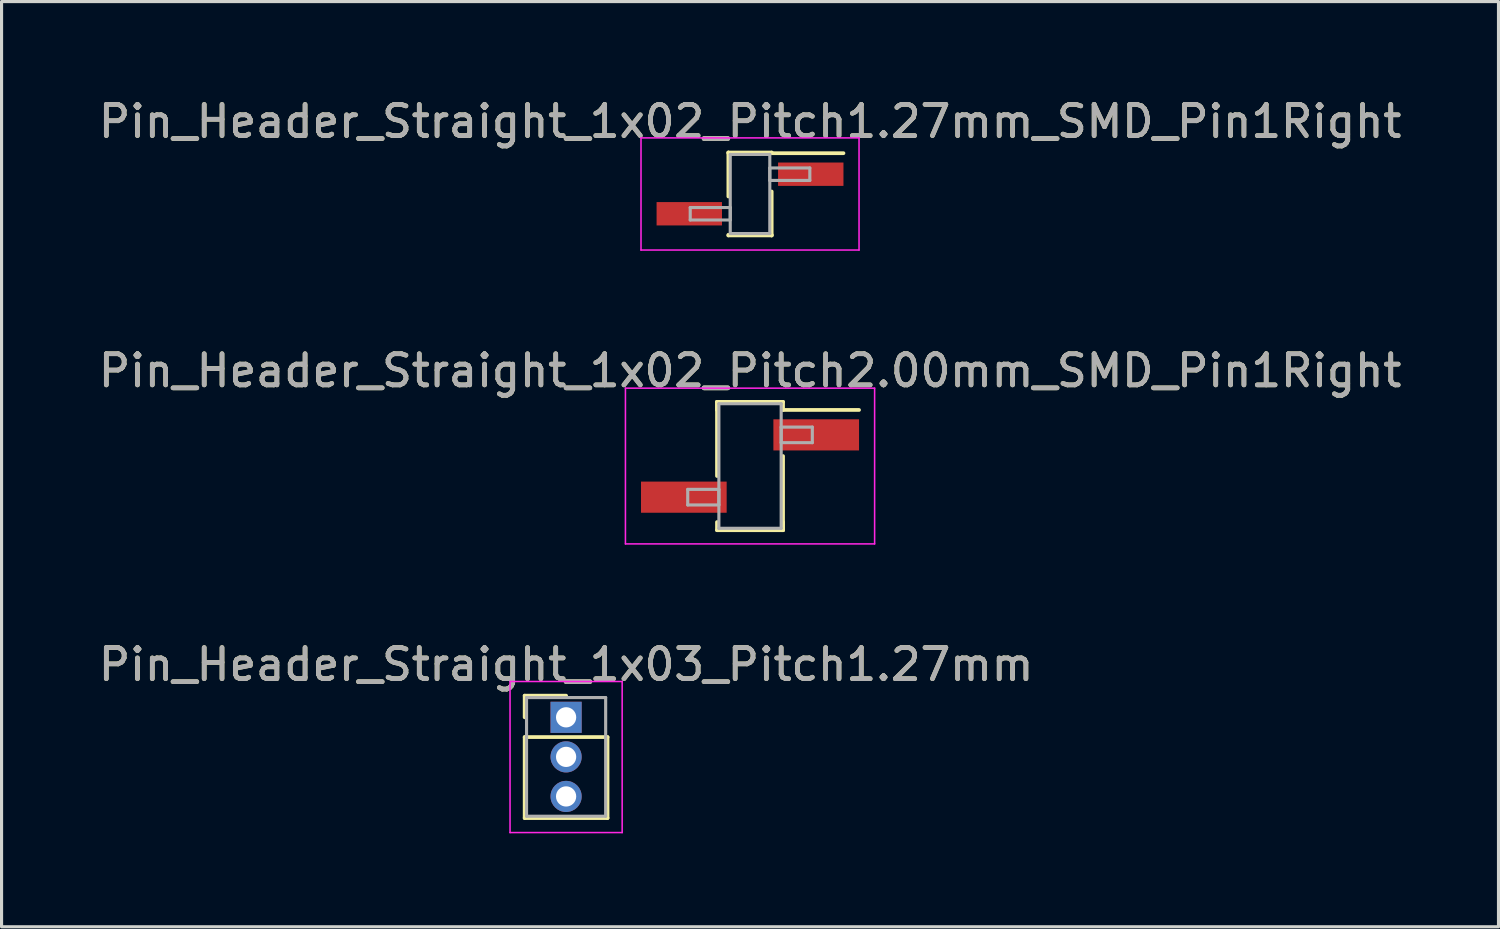
<source format=kicad_pcb>
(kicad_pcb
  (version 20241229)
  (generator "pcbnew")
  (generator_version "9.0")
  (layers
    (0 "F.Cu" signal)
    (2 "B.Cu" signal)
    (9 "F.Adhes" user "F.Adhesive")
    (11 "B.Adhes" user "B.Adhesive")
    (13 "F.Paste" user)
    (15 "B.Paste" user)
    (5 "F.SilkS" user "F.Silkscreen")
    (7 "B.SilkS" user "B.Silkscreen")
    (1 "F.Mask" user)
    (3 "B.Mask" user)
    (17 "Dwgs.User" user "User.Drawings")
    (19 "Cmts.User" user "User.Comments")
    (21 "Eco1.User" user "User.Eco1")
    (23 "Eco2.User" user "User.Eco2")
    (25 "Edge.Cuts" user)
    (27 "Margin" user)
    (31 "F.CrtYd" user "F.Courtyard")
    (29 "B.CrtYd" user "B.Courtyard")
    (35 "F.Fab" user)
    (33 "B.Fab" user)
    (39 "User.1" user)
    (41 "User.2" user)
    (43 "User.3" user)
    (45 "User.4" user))
  (footprint "Pin_Header_Straight_1x02_Pitch1.27mm_SMD_Pin1Right"
    (layer "F.Cu")
    (at 21.03 3.178)
    (property "Reference" "Pin_Header_Straight_1x02_Pitch1.27mm_SMD_Pin1Right" (at 0 -2.33 0) (layer "F.SilkS") (effects (font (size 1 1) (thickness 0.15))))
    (attr smd)
    (fp_line (start -0.695 -1.33) (end -0.695 0.08) (stroke (width 0.12) (type solid)) (layer "F.SilkS"))
    (fp_line (start -0.695 -1.33) (end 0.695 -1.33) (stroke (width 0.12) (type solid)) (layer "F.SilkS"))
    (fp_line (start -0.695 -1.31) (end -0.695 -1.33) (stroke (width 0.12) (type solid)) (layer "F.SilkS"))
    (fp_line (start -0.695 1.31) (end -0.695 1.33) (stroke (width 0.12) (type solid)) (layer "F.SilkS"))
    (fp_line (start -0.695 1.33) (end 0.695 1.33) (stroke (width 0.12) (type solid)) (layer "F.SilkS"))
    (fp_line (start 0.695 -1.33) (end 0.695 -1.31) (stroke (width 0.12) (type solid)) (layer "F.SilkS"))
    (fp_line (start 0.695 -1.31) (end 3 -1.31) (stroke (width 0.12) (type solid)) (layer "F.SilkS"))
    (fp_line (start 0.695 -0.08) (end 0.695 1.33) (stroke (width 0.12) (type solid)) (layer "F.SilkS"))
    (fp_line (start 0.695 1.33) (end 0.695 1.31) (stroke (width 0.12) (type solid)) (layer "F.SilkS"))
    (fp_line (start -3.5 -1.8) (end -3.5 1.8) (stroke (width 0.05) (type solid)) (layer "F.CrtYd"))
    (fp_line (start -3.5 1.8) (end 3.5 1.8) (stroke (width 0.05) (type solid)) (layer "F.CrtYd"))
    (fp_line (start 3.5 -1.8) (end -3.5 -1.8) (stroke (width 0.05) (type solid)) (layer "F.CrtYd"))
    (fp_line (start 3.5 1.8) (end 3.5 -1.8) (stroke (width 0.05) (type solid)) (layer "F.CrtYd"))
    (fp_line (start -1.92 0.435) (end -0.635 0.435) (stroke (width 0.1) (type solid)) (layer "F.Fab"))
    (fp_line (start -1.92 0.835) (end -1.92 0.435) (stroke (width 0.1) (type solid)) (layer "F.Fab"))
    (fp_line (start -0.635 -1.27) (end -0.635 1.27) (stroke (width 0.1) (type solid)) (layer "F.Fab"))
    (fp_line (start -0.635 0.435) (end -0.635 0.835) (stroke (width 0.1) (type solid)) (layer "F.Fab"))
    (fp_line (start -0.635 0.835) (end -1.92 0.835) (stroke (width 0.1) (type solid)) (layer "F.Fab"))
    (fp_line (start -0.635 1.27) (end 0.635 1.27) (stroke (width 0.1) (type solid)) (layer "F.Fab"))
    (fp_line (start 0.635 -1.27) (end -0.635 -1.27) (stroke (width 0.1) (type solid)) (layer "F.Fab"))
    (fp_line (start 0.635 -0.835) (end 0.635 -0.435) (stroke (width 0.1) (type solid)) (layer "F.Fab"))
    (fp_line (start 0.635 -0.435) (end 1.92 -0.435) (stroke (width 0.1) (type solid)) (layer "F.Fab"))
    (fp_line (start 0.635 1.27) (end 0.635 -1.27) (stroke (width 0.1) (type solid)) (layer "F.Fab"))
    (fp_line (start 1.92 -0.835) (end 0.635 -0.835) (stroke (width 0.1) (type solid)) (layer "F.Fab"))
    (fp_line (start 1.92 -0.435) (end 1.92 -0.835) (stroke (width 0.1) (type solid)) (layer "F.Fab"))
    (fp_text user "${REFERENCE}" (at 0 -2.33 0) (layer "F.Fab") (effects (font (size 1 1) (thickness 0.15))))
    (pad "1" smd rect (at 1.95 -0.635) (size 2.1 0.75) (layers "F.Cu" "F.Mask" "F.Paste"))
    (pad "2" smd rect (at -1.95 0.635) (size 2.1 0.75) (layers "F.Cu" "F.Mask" "F.Paste")))
  (footprint "Pin_Header_Straight_1x02_Pitch2.00mm_SMD_Pin1Right"
    (layer "F.Cu")
    (at 21.03 11.912)
    (property "Reference" "Pin_Header_Straight_1x02_Pitch2.00mm_SMD_Pin1Right" (at 0 -3.06 0) (layer "F.SilkS") (effects (font (size 1 1) (thickness 0.15))))
    (attr smd)
    (fp_line (start -1.06 -2.06) (end -1.06 0.32) (stroke (width 0.12) (type solid)) (layer "F.SilkS"))
    (fp_line (start -1.06 -2.06) (end 1.06 -2.06) (stroke (width 0.12) (type solid)) (layer "F.SilkS"))
    (fp_line (start -1.06 -1.8) (end -1.06 -2.06) (stroke (width 0.12) (type solid)) (layer "F.SilkS"))
    (fp_line (start -1.06 1.8) (end -1.06 2.06) (stroke (width 0.12) (type solid)) (layer "F.SilkS"))
    (fp_line (start -1.06 2.06) (end 1.06 2.06) (stroke (width 0.12) (type solid)) (layer "F.SilkS"))
    (fp_line (start 1.06 -2.06) (end 1.06 -1.8) (stroke (width 0.12) (type solid)) (layer "F.SilkS"))
    (fp_line (start 1.06 -1.8) (end 3.5 -1.8) (stroke (width 0.12) (type solid)) (layer "F.SilkS"))
    (fp_line (start 1.06 -0.32) (end 1.06 2.06) (stroke (width 0.12) (type solid)) (layer "F.SilkS"))
    (fp_line (start 1.06 2.06) (end 1.06 1.8) (stroke (width 0.12) (type solid)) (layer "F.SilkS"))
    (fp_line (start -4 -2.5) (end -4 2.5) (stroke (width 0.05) (type solid)) (layer "F.CrtYd"))
    (fp_line (start -4 2.5) (end 4 2.5) (stroke (width 0.05) (type solid)) (layer "F.CrtYd"))
    (fp_line (start 4 -2.5) (end -4 -2.5) (stroke (width 0.05) (type solid)) (layer "F.CrtYd"))
    (fp_line (start 4 2.5) (end 4 -2.5) (stroke (width 0.05) (type solid)) (layer "F.CrtYd"))
    (fp_line (start -2 0.75) (end -1 0.75) (stroke (width 0.1) (type solid)) (layer "F.Fab"))
    (fp_line (start -2 1.25) (end -2 0.75) (stroke (width 0.1) (type solid)) (layer "F.Fab"))
    (fp_line (start -1 -2) (end -1 2) (stroke (width 0.1) (type solid)) (layer "F.Fab"))
    (fp_line (start -1 0.75) (end -1 1.25) (stroke (width 0.1) (type solid)) (layer "F.Fab"))
    (fp_line (start -1 1.25) (end -2 1.25) (stroke (width 0.1) (type solid)) (layer "F.Fab"))
    (fp_line (start -1 2) (end 1 2) (stroke (width 0.1) (type solid)) (layer "F.Fab"))
    (fp_line (start 1 -2) (end -1 -2) (stroke (width 0.1) (type solid)) (layer "F.Fab"))
    (fp_line (start 1 -1.25) (end 1 -0.75) (stroke (width 0.1) (type solid)) (layer "F.Fab"))
    (fp_line (start 1 -0.75) (end 2 -0.75) (stroke (width 0.1) (type solid)) (layer "F.Fab"))
    (fp_line (start 1 2) (end 1 -2) (stroke (width 0.1) (type solid)) (layer "F.Fab"))
    (fp_line (start 2 -1.25) (end 1 -1.25) (stroke (width 0.1) (type solid)) (layer "F.Fab"))
    (fp_line (start 2 -0.75) (end 2 -1.25) (stroke (width 0.1) (type solid)) (layer "F.Fab"))
    (fp_text user "${REFERENCE}" (at 0 -3.06 0) (layer "F.Fab") (effects (font (size 1 1) (thickness 0.15))))
    (pad "1" smd rect (at 2.125 -1) (size 2.75 1) (layers "F.Cu" "F.Mask" "F.Paste"))
    (pad "2" smd rect (at -2.125 1) (size 2.75 1) (layers "F.Cu" "F.Mask" "F.Paste")))
  (footprint "Pin_Header_Straight_1x03_Pitch1.27mm"
    (layer "F.Cu")
    (at 15.125 19.98)
    (property "Reference" "Pin_Header_Straight_1x03_Pitch1.27mm" (at 0 -1.695 0) (layer "F.SilkS") (effects (font (size 1 1) (thickness 0.15))))
    (attr through_hole)
    (fp_line (start -1.33 -0.695) (end 0 -0.695) (stroke (width 0.12) (type solid)) (layer "F.SilkS"))
    (fp_line (start -1.33 0) (end -1.33 -0.695) (stroke (width 0.12) (type solid)) (layer "F.SilkS"))
    (fp_line (start -1.33 0.635) (end -1.33 3.235) (stroke (width 0.12) (type solid)) (layer "F.SilkS"))
    (fp_line (start -1.33 3.235) (end 1.33 3.235) (stroke (width 0.12) (type solid)) (layer "F.SilkS"))
    (fp_line (start 1.33 0.635) (end -1.33 0.635) (stroke (width 0.12) (type solid)) (layer "F.SilkS"))
    (fp_line (start 1.33 3.235) (end 1.33 0.635) (stroke (width 0.12) (type solid)) (layer "F.SilkS"))
    (fp_line (start -1.8 -1.15) (end -1.8 3.7) (stroke (width 0.05) (type solid)) (layer "F.CrtYd"))
    (fp_line (start -1.8 3.7) (end 1.8 3.7) (stroke (width 0.05) (type solid)) (layer "F.CrtYd"))
    (fp_line (start 1.8 -1.15) (end -1.8 -1.15) (stroke (width 0.05) (type solid)) (layer "F.CrtYd"))
    (fp_line (start 1.8 3.7) (end 1.8 -1.15) (stroke (width 0.05) (type solid)) (layer "F.CrtYd"))
    (fp_line (start -1.27 -0.635) (end -1.27 3.175) (stroke (width 0.1) (type solid)) (layer "F.Fab"))
    (fp_line (start -1.27 3.175) (end 1.27 3.175) (stroke (width 0.1) (type solid)) (layer "F.Fab"))
    (fp_line (start 1.27 -0.635) (end -1.27 -0.635) (stroke (width 0.1) (type solid)) (layer "F.Fab"))
    (fp_line (start 1.27 3.175) (end 1.27 -0.635) (stroke (width 0.1) (type solid)) (layer "F.Fab"))
    (fp_text user "${REFERENCE}" (at 0 -1.695 0) (layer "F.Fab") (effects (font (size 1 1) (thickness 0.15))))
    (pad "1" thru_hole rect (at 0 0) (size 1 1) (drill 0.65) (layers "*.Cu" "*.Mask"))
    (pad "2" thru_hole oval (at 0 1.27) (size 1 1) (drill 0.65) (layers "*.Cu" "*.Mask"))
    (pad "3" thru_hole oval (at 0 2.54) (size 1 1) (drill 0.65) (layers "*.Cu" "*.Mask")))
  (gr_rect
    (start -3 -3)
    (end 45.06 26.705)
    (stroke (width 0.1) (type default))
    (fill no)
    (layer "Edge.Cuts")))
</source>
